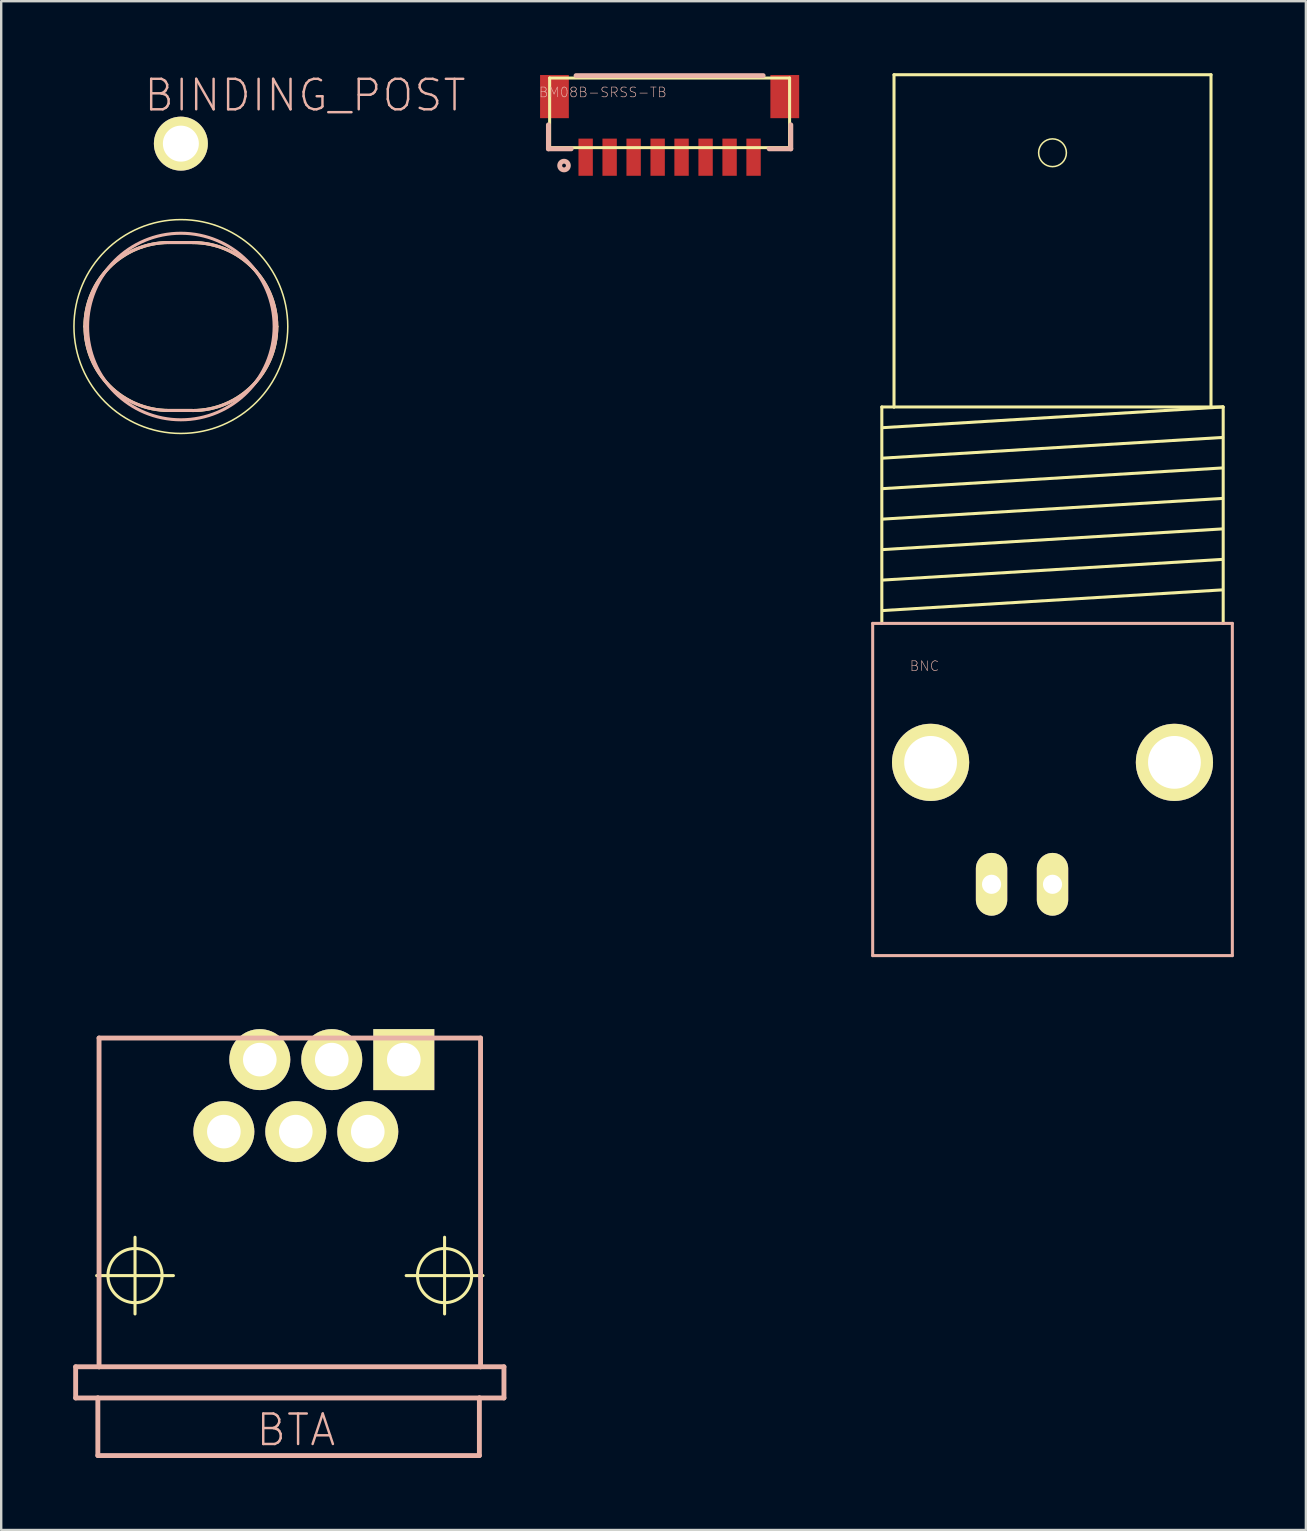
<source format=kicad_pcb>
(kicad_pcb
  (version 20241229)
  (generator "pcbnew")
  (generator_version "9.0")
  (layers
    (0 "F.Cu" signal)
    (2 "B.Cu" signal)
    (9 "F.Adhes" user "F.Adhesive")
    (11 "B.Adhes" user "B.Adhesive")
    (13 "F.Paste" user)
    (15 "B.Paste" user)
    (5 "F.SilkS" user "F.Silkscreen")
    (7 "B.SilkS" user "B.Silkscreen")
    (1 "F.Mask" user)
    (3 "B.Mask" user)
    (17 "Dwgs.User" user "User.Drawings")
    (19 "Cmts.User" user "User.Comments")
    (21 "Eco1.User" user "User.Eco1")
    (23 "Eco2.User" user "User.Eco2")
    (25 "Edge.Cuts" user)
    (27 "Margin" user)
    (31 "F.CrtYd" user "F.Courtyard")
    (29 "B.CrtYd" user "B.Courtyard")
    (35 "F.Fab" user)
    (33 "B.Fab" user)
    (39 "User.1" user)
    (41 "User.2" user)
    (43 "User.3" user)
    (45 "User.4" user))
  (footprint "BINDING_POST"
    (layer "F.Cu")
    (at 4.486 10.555)
    (property "Reference" "BINDING_POST" (at 5.174 -9.634 0) (layer "B.SilkS") (effects (font (size 1.27 1.27) (thickness 0.102))))
    (attr exclude_from_pos_files exclude_from_bom)
    (fp_line (start -0.498 3.498) (end 0.498 3.498) (stroke (width 0.127) (type solid)) (layer "F.SilkS"))
    (fp_line (start 0.498 -3.498) (end -0.498 -3.498) (stroke (width 0.127) (type solid)) (layer "F.SilkS"))
    (fp_arc (start -3.99796 0) (mid -2.972799 -2.474959) (end -0.49784 -3.50012) (stroke (width 0.127) (type solid)) (layer "F.SilkS"))
    (fp_arc (start -0.49784 3.49758) (mid -2.971003 2.473163) (end -3.99542 0) (stroke (width 0.127) (type solid)) (layer "F.SilkS"))
    (fp_arc (start 0.49784 -3.49758) (mid 2.971003 -2.473163) (end 3.99542 0) (stroke (width 0.127) (type solid)) (layer "F.SilkS"))
    (fp_arc (start 3.99796 0) (mid 2.972799 2.474959) (end 0.49784 3.50012) (stroke (width 0.127) (type solid)) (layer "F.SilkS"))
    (fp_circle (center 0 0) (end -3.15 3.15) (stroke (width 0.064) (type solid)) (fill no) (layer "F.SilkS"))
    (fp_circle (center 0 0) (end -2.748 2.748) (stroke (width 0.064) (type solid)) (fill no) (layer "F.SilkS"))
    (fp_line (start -0.498 3.498) (end 0.498 3.498) (stroke (width 0.127) (type solid)) (layer "B.SilkS"))
    (fp_line (start 0.498 -3.498) (end -0.498 -3.498) (stroke (width 0.127) (type solid)) (layer "B.SilkS"))
    (fp_arc (start -3.99796 0) (mid -2.972799 -2.474959) (end -0.49784 -3.50012) (stroke (width 0.127) (type solid)) (layer "B.SilkS"))
    (fp_arc (start -0.49784 3.49758) (mid -2.971003 2.473163) (end -3.99542 0) (stroke (width 0.127) (type solid)) (layer "B.SilkS"))
    (fp_arc (start 0.49784 -3.49758) (mid 2.971003 -2.473163) (end 3.99542 0) (stroke (width 0.127) (type solid)) (layer "B.SilkS"))
    (fp_arc (start 3.99796 0) (mid 2.972799 2.474959) (end 0.49784 3.50012) (stroke (width 0.127) (type solid)) (layer "B.SilkS"))
    (fp_circle (center 0 0) (end -2.748 2.748) (stroke (width 0.127) (type solid)) (fill no) (layer "B.SilkS"))
    (pad "P$1" thru_hole circle (at 0 -7.62) (size 2.248 2.248) (drill 1.499) (layers "*.Cu" "F.Mask" "F.SilkS" "F.Paste")))
  (footprint "BNC"
    (layer "F.Cu")
    (at 40.804 33.795)
    (property "Reference" "BNC" (at -5.334 -9.093 0) (layer "B.SilkS") (effects (font (size 0.406 0.406) (thickness 0.025))))
    (attr exclude_from_pos_files exclude_from_bom)
    (fp_line (start -7.112 -19.888) (end -6.604 -19.888) (stroke (width 0.127) (type solid)) (layer "F.SilkS"))
    (fp_line (start -7.112 -10.871) (end -7.112 -19.888) (stroke (width 0.127) (type solid)) (layer "F.SilkS"))
    (fp_line (start -7.087 -19.025) (end 7.087 -19.888) (stroke (width 0.127) (type solid)) (layer "F.SilkS"))
    (fp_line (start -7.087 -17.755) (end 7.087 -18.618) (stroke (width 0.127) (type solid)) (layer "F.SilkS"))
    (fp_line (start -7.087 -16.485) (end 7.087 -17.348) (stroke (width 0.127) (type solid)) (layer "F.SilkS"))
    (fp_line (start -7.087 -15.215) (end 7.087 -16.078) (stroke (width 0.127) (type solid)) (layer "F.SilkS"))
    (fp_line (start -7.087 -13.945) (end 7.087 -14.808) (stroke (width 0.127) (type solid)) (layer "F.SilkS"))
    (fp_line (start -7.087 -12.675) (end 7.087 -13.538) (stroke (width 0.127) (type solid)) (layer "F.SilkS"))
    (fp_line (start -7.087 -11.405) (end 7.087 -12.268) (stroke (width 0.127) (type solid)) (layer "F.SilkS"))
    (fp_line (start -6.604 -33.731) (end -6.604 -19.888) (stroke (width 0.127) (type solid)) (layer "F.SilkS"))
    (fp_line (start -6.604 -19.888) (end 6.604 -19.888) (stroke (width 0.127) (type solid)) (layer "F.SilkS"))
    (fp_line (start 6.604 -33.731) (end -6.604 -33.731) (stroke (width 0.127) (type solid)) (layer "F.SilkS"))
    (fp_line (start 6.604 -19.888) (end 6.604 -33.731) (stroke (width 0.127) (type solid)) (layer "F.SilkS"))
    (fp_line (start 6.604 -19.888) (end 7.087 -19.888) (stroke (width 0.127) (type solid)) (layer "F.SilkS"))
    (fp_line (start 7.087 -19.888) (end 7.112 -19.888) (stroke (width 0.127) (type solid)) (layer "F.SilkS"))
    (fp_line (start 7.112 -19.888) (end 7.112 -10.871) (stroke (width 0.127) (type solid)) (layer "F.SilkS"))
    (fp_circle (center 0 -30.48) (end -0.409 -30.889) (stroke (width 0.064) (type solid)) (fill no) (layer "F.SilkS"))
    (fp_line (start -7.493 -10.871) (end -7.493 2.972) (stroke (width 0.127) (type solid)) (layer "B.SilkS"))
    (fp_line (start -7.493 2.972) (end 7.493 2.972) (stroke (width 0.127) (type solid)) (layer "B.SilkS"))
    (fp_line (start 7.493 -10.871) (end -7.493 -10.871) (stroke (width 0.127) (type solid)) (layer "B.SilkS"))
    (fp_line (start 7.493 2.972) (end 7.493 -10.871) (stroke (width 0.127) (type solid)) (layer "B.SilkS"))
    (pad "3" thru_hole circle (at -5.08 -5.08) (size 3.216 3.216) (drill 2.2) (layers "*.Cu" "F.Mask" "F.SilkS" "F.Paste"))
    (pad "4" thru_hole circle (at 5.08 -5.08) (size 3.216 3.216) (drill 2.2) (layers "*.Cu" "F.Mask" "F.SilkS" "F.Paste"))
    (pad "GND" thru_hole oval (at -2.54 0 180) (size 1.306 2.614) (drill 0.798) (layers "*.Cu" "F.Mask" "F.SilkS" "F.Paste"))
    (pad "S" thru_hole oval (at 0 0 180) (size 1.306 2.614) (drill 0.798) (layers "*.Cu" "F.Mask" "F.SilkS" "F.Paste")))
  (footprint "BTA"
    (layer "F.Cu")
    (at 9.025 50.099)
    (property "Reference" "BTA" (at 0.254 6.434 0) (layer "B.SilkS") (effects (font (size 1.27 1.27) (thickness 0.102))))
    (attr exclude_from_pos_files exclude_from_bom)
    (fp_line (start -8.049 0) (end -4.849 0) (stroke (width 0.127) (type solid)) (layer "F.SilkS"))
    (fp_line (start -6.449 1.598) (end -6.449 -1.598) (stroke (width 0.127) (type solid)) (layer "F.SilkS"))
    (fp_line (start 4.849 0) (end 8.049 0) (stroke (width 0.127) (type solid)) (layer "F.SilkS"))
    (fp_line (start 6.449 1.598) (end 6.449 -1.598) (stroke (width 0.127) (type solid)) (layer "F.SilkS"))
    (fp_circle (center -6.449 0) (end -7.247 0.798) (stroke (width 0.127) (type solid)) (fill no) (layer "F.SilkS"))
    (fp_circle (center 6.449 0) (end 7.247 0.798) (stroke (width 0.127) (type solid)) (fill no) (layer "F.SilkS"))
    (fp_line (start -8.923 3.8) (end -8.923 5.098) (stroke (width 0.203) (type solid)) (layer "B.SilkS"))
    (fp_line (start -8.923 3.8) (end -7.948 3.8) (stroke (width 0.203) (type solid)) (layer "B.SilkS"))
    (fp_line (start -8.923 5.098) (end -7.998 5.098) (stroke (width 0.203) (type solid)) (layer "B.SilkS"))
    (fp_line (start -7.998 5.098) (end 7.899 5.098) (stroke (width 0.203) (type solid)) (layer "B.SilkS"))
    (fp_line (start -7.998 7.498) (end -7.998 5.098) (stroke (width 0.203) (type solid)) (layer "B.SilkS"))
    (fp_line (start -7.998 7.498) (end 7.899 7.498) (stroke (width 0.203) (type solid)) (layer "B.SilkS"))
    (fp_line (start -7.948 -9.898) (end 7.948 -9.898) (stroke (width 0.203) (type solid)) (layer "B.SilkS"))
    (fp_line (start -7.948 3.8) (end -7.948 -9.898) (stroke (width 0.203) (type solid)) (layer "B.SilkS"))
    (fp_line (start -7.948 3.8) (end 7.948 3.8) (stroke (width 0.203) (type solid)) (layer "B.SilkS"))
    (fp_line (start 7.899 5.098) (end 8.923 5.098) (stroke (width 0.203) (type solid)) (layer "B.SilkS"))
    (fp_line (start 7.899 7.498) (end 7.899 5.098) (stroke (width 0.203) (type solid)) (layer "B.SilkS"))
    (fp_line (start 7.948 3.8) (end 7.948 -9.898) (stroke (width 0.203) (type solid)) (layer "B.SilkS"))
    (fp_line (start 7.948 3.8) (end 8.923 3.8) (stroke (width 0.203) (type solid)) (layer "B.SilkS"))
    (fp_line (start 8.923 3.8) (end 8.923 5.098) (stroke (width 0.203) (type solid)) (layer "B.SilkS"))
    (pad "1" thru_hole rect (at 4.75 -8.999) (size 2.54 2.54) (drill 1.4) (layers "*.Cu" "F.Mask" "F.SilkS" "F.Paste"))
    (pad "2" thru_hole circle (at 3.249 -5.999) (size 2.54 2.54) (drill 1.4) (layers "*.Cu" "F.Mask" "F.SilkS" "F.Paste"))
    (pad "3" thru_hole circle (at 1.748 -8.999) (size 2.54 2.54) (drill 1.4) (layers "*.Cu" "F.Mask" "F.SilkS" "F.Paste"))
    (pad "4" thru_hole circle (at 0.249 -5.999) (size 2.54 2.54) (drill 1.4) (layers "*.Cu" "F.Mask" "F.SilkS" "F.Paste"))
    (pad "5" thru_hole circle (at -1.25 -8.999) (size 2.54 2.54) (drill 1.4) (layers "*.Cu" "F.Mask" "F.SilkS" "F.Paste"))
    (pad "6" thru_hole circle (at -2.748 -5.999) (size 2.54 2.54) (drill 1.4) (layers "*.Cu" "F.Mask" "F.SilkS" "F.Paste")))
  (footprint "BM08B-SRSS-TB"
    (layer "F.Cu")
    (at 24.85 3.5)
    (property "Reference" "BM08B-SRSS-TB" (at -2.784 -2.703 0) (layer "B.SilkS") (effects (font (size 0.406 0.406) (thickness 0.025))))
    (attr smd)
    (fp_line (start -4.999 -3.299) (end 4.999 -3.299) (stroke (width 0.127) (type solid)) (layer "F.SilkS"))
    (fp_line (start -4.999 -0.399) (end -4.999 -3.299) (stroke (width 0.127) (type solid)) (layer "F.SilkS"))
    (fp_line (start -4.999 -0.399) (end 4.999 -0.399) (stroke (width 0.127) (type solid)) (layer "F.SilkS"))
    (fp_line (start 4.999 -0.399) (end 4.999 -3.299) (stroke (width 0.127) (type solid)) (layer "F.SilkS"))
    (fp_line (start -5.05 -0.348) (end -5.05 -1.349) (stroke (width 0.203) (type solid)) (layer "B.SilkS"))
    (fp_line (start -4.1 -0.348) (end -5.05 -0.348) (stroke (width 0.203) (type solid)) (layer "B.SilkS"))
    (fp_line (start -3.899 -3.399) (end 3.899 -3.399) (stroke (width 0.203) (type solid)) (layer "B.SilkS"))
    (fp_line (start 5.05 -0.348) (end 4.148 -0.348) (stroke (width 0.203) (type solid)) (layer "B.SilkS"))
    (fp_line (start 5.05 -0.348) (end 5.05 -1.349) (stroke (width 0.203) (type solid)) (layer "B.SilkS"))
    (fp_circle (center -4.399 0.348) (end -4.455 0.404) (stroke (width 0.203) (type solid)) (fill no) (layer "B.SilkS"))
    (pad "1" smd rect (at -3.498 0 180) (size 0.599 1.549) (layers "F.Cu" "F.Mask" "F.Paste"))
    (pad "2" smd rect (at -2.499 0 180) (size 0.599 1.549) (layers "F.Cu" "F.Mask" "F.Paste"))
    (pad "3" smd rect (at -1.499 0 180) (size 0.599 1.549) (layers "F.Cu" "F.Mask" "F.Paste"))
    (pad "4" smd rect (at -0.498 0 180) (size 0.599 1.549) (layers "F.Cu" "F.Mask" "F.Paste"))
    (pad "5" smd rect (at 0.498 0 180) (size 0.599 1.549) (layers "F.Cu" "F.Mask" "F.Paste"))
    (pad "6" smd rect (at 1.499 0 180) (size 0.599 1.549) (layers "F.Cu" "F.Mask" "F.Paste"))
    (pad "7" smd rect (at 2.499 0 180) (size 0.599 1.549) (layers "F.Cu" "F.Mask" "F.Paste"))
    (pad "8" smd rect (at 3.498 0 180) (size 0.599 1.549) (layers "F.Cu" "F.Mask" "F.Paste"))
    (pad "P$9" smd rect (at 4.798 -2.525 90) (size 1.798 1.199) (layers "F.Cu" "F.Mask" "F.Paste"))
    (pad "P$10" smd rect (at -4.798 -2.525 90) (size 1.798 1.199) (layers "F.Cu" "F.Mask" "F.Paste")))
  (gr_rect
    (start -3 -3)
    (end 51.361 60.699)
    (stroke (width 0.1) (type default))
    (fill no)
    (layer "Edge.Cuts")))
</source>
